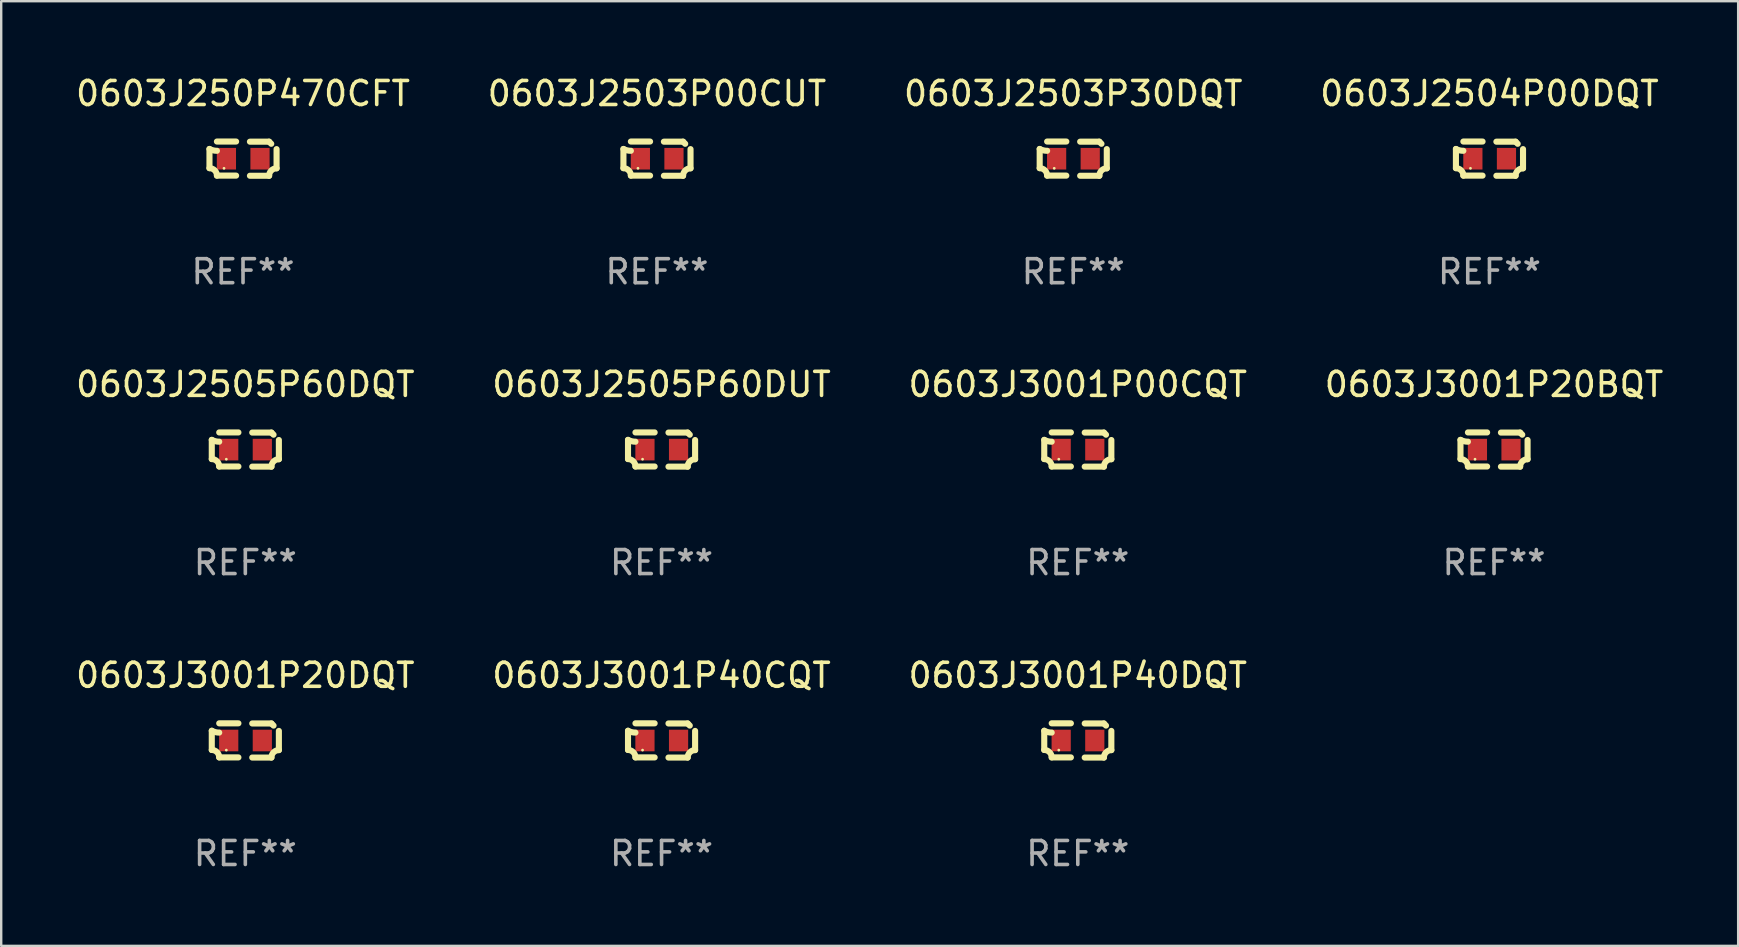
<source format=kicad_pcb>
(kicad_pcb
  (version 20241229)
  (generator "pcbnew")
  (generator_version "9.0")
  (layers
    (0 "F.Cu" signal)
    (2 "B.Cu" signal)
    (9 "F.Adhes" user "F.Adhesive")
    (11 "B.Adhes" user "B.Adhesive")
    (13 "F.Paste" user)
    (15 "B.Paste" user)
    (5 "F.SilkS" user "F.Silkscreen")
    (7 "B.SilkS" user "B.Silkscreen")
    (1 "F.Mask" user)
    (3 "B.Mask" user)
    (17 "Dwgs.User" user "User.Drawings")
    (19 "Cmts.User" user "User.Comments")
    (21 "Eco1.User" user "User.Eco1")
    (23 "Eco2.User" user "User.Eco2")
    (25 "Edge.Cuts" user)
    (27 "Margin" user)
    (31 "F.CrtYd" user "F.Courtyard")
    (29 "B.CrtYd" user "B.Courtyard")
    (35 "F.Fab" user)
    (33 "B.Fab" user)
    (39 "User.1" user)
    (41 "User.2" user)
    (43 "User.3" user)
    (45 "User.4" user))
  (footprint "0603J3001P40DQT"
    (layer "F.Cu")
    (at 41.863 27.805)
    (property "Reference" "0603J3001P40DQT" (at 0 -2.713 0) (layer "F.SilkS") (effects (font (size 1 1) (thickness 0.15))))
    (attr through_hole)
    (fp_line (start -1.398 -0.403) (end -1.398 0.397) (stroke (width 0.254) (type solid)) (layer "F.SilkS"))
    (fp_line (start -0.288 -0.713) (end -1.088 -0.713) (stroke (width 0.254) (type solid)) (layer "F.SilkS"))
    (fp_line (start -0.288 0.707) (end -1.088 0.707) (stroke (width 0.254) (type solid)) (layer "F.SilkS"))
    (fp_line (start 0.288 -0.707) (end 1.088 -0.707) (stroke (width 0.254) (type solid)) (layer "F.SilkS"))
    (fp_line (start 0.288 0.713) (end 1.088 0.713) (stroke (width 0.254) (type solid)) (layer "F.SilkS"))
    (fp_line (start 1.398 -0.397) (end 1.398 0.403) (stroke (width 0.254) (type solid)) (layer "F.SilkS"))
    (fp_arc (start -1.397789 0.397066) (mid -1.178701 0.487826) (end -1.08796 0.706922) (stroke (width 0.254001) (type solid)) (layer "F.SilkS"))
    (fp_arc (start -1.08796 -0.327176) (mid -1.247436 -0.346384) (end -1.39779 -0.402908) (stroke (width 0.254001) (type solid)) (layer "F.SilkS"))
    (fp_arc (start 1.087909 0.712738) (mid 1.178656 0.493655) (end 1.397739 0.402908) (stroke (width 0.254001) (type solid)) (layer "F.SilkS"))
    (fp_arc (start 1.175925 -0.618926) (mid 1.131917 -0.662923) (end 1.08791 -0.706922) (stroke (width 0.254001) (type solid)) (layer "F.SilkS"))
    (fp_circle (center -0.792 0.403) (end -0.762 0.403) (stroke (width 0.06) (type solid)) (fill no) (layer "F.SilkS"))
    (fp_text user "REF**" (at 0 4.713 0) (layer "F.Fab") (effects (font (size 1 1) (thickness 0.15))))
    (pad "1" smd rect (at -0.692 0.003) (size 0.8 0.9) (layers "F.Cu" "F.Mask" "F.Paste"))
    (pad "2" smd rect (at 0.708 0.003) (size 0.8 0.9) (layers "F.Cu" "F.Mask" "F.Paste")))
  (footprint "0603J2505P60DUT"
    (layer "F.Cu")
    (at 24.518 15.683)
    (property "Reference" "0603J2505P60DUT" (at 0 -2.713 0) (layer "F.SilkS") (effects (font (size 1 1) (thickness 0.15))))
    (attr through_hole)
    (fp_line (start -1.398 -0.403) (end -1.398 0.397) (stroke (width 0.254) (type solid)) (layer "F.SilkS"))
    (fp_line (start -0.288 -0.713) (end -1.088 -0.713) (stroke (width 0.254) (type solid)) (layer "F.SilkS"))
    (fp_line (start -0.288 0.707) (end -1.088 0.707) (stroke (width 0.254) (type solid)) (layer "F.SilkS"))
    (fp_line (start 0.288 -0.707) (end 1.088 -0.707) (stroke (width 0.254) (type solid)) (layer "F.SilkS"))
    (fp_line (start 0.288 0.713) (end 1.088 0.713) (stroke (width 0.254) (type solid)) (layer "F.SilkS"))
    (fp_line (start 1.398 -0.397) (end 1.398 0.403) (stroke (width 0.254) (type solid)) (layer "F.SilkS"))
    (fp_arc (start -1.397789 0.397066) (mid -1.178701 0.487826) (end -1.08796 0.706922) (stroke (width 0.254001) (type solid)) (layer "F.SilkS"))
    (fp_arc (start -1.08796 -0.327176) (mid -1.247436 -0.346384) (end -1.39779 -0.402908) (stroke (width 0.254001) (type solid)) (layer "F.SilkS"))
    (fp_arc (start 1.087909 0.712738) (mid 1.178656 0.493655) (end 1.397739 0.402908) (stroke (width 0.254001) (type solid)) (layer "F.SilkS"))
    (fp_arc (start 1.175925 -0.618926) (mid 1.131917 -0.662923) (end 1.08791 -0.706922) (stroke (width 0.254001) (type solid)) (layer "F.SilkS"))
    (fp_circle (center -0.792 0.403) (end -0.762 0.403) (stroke (width 0.06) (type solid)) (fill no) (layer "F.SilkS"))
    (fp_text user "REF**" (at 0 4.713 0) (layer "F.Fab") (effects (font (size 1 1) (thickness 0.15))))
    (pad "1" smd rect (at -0.692 0.003) (size 0.8 0.9) (layers "F.Cu" "F.Mask" "F.Paste"))
    (pad "2" smd rect (at 0.708 0.003) (size 0.8 0.9) (layers "F.Cu" "F.Mask" "F.Paste")))
  (footprint "0603J3001P20BQT"
    (layer "F.Cu")
    (at 59.208 15.683)
    (property "Reference" "0603J3001P20BQT" (at 0 -2.713 0) (layer "F.SilkS") (effects (font (size 1 1) (thickness 0.15))))
    (attr through_hole)
    (fp_line (start -1.398 -0.403) (end -1.398 0.397) (stroke (width 0.254) (type solid)) (layer "F.SilkS"))
    (fp_line (start -0.288 -0.713) (end -1.088 -0.713) (stroke (width 0.254) (type solid)) (layer "F.SilkS"))
    (fp_line (start -0.288 0.707) (end -1.088 0.707) (stroke (width 0.254) (type solid)) (layer "F.SilkS"))
    (fp_line (start 0.288 -0.707) (end 1.088 -0.707) (stroke (width 0.254) (type solid)) (layer "F.SilkS"))
    (fp_line (start 0.288 0.713) (end 1.088 0.713) (stroke (width 0.254) (type solid)) (layer "F.SilkS"))
    (fp_line (start 1.398 -0.397) (end 1.398 0.403) (stroke (width 0.254) (type solid)) (layer "F.SilkS"))
    (fp_arc (start -1.397789 0.397066) (mid -1.178701 0.487826) (end -1.08796 0.706922) (stroke (width 0.254001) (type solid)) (layer "F.SilkS"))
    (fp_arc (start -1.08796 -0.327176) (mid -1.247436 -0.346384) (end -1.39779 -0.402908) (stroke (width 0.254001) (type solid)) (layer "F.SilkS"))
    (fp_arc (start 1.087909 0.712738) (mid 1.178656 0.493655) (end 1.397739 0.402908) (stroke (width 0.254001) (type solid)) (layer "F.SilkS"))
    (fp_arc (start 1.175925 -0.618926) (mid 1.131917 -0.662923) (end 1.08791 -0.706922) (stroke (width 0.254001) (type solid)) (layer "F.SilkS"))
    (fp_circle (center -0.792 0.403) (end -0.762 0.403) (stroke (width 0.06) (type solid)) (fill no) (layer "F.SilkS"))
    (fp_text user "REF**" (at 0 4.713 0) (layer "F.Fab") (effects (font (size 1 1) (thickness 0.15))))
    (pad "1" smd rect (at -0.692 0.003) (size 0.8 0.9) (layers "F.Cu" "F.Mask" "F.Paste"))
    (pad "2" smd rect (at 0.708 0.003) (size 0.8 0.9) (layers "F.Cu" "F.Mask" "F.Paste")))
  (footprint "0603J3001P00CQT"
    (layer "F.Cu")
    (at 41.863 15.683)
    (property "Reference" "0603J3001P00CQT" (at 0 -2.713 0) (layer "F.SilkS") (effects (font (size 1 1) (thickness 0.15))))
    (attr through_hole)
    (fp_line (start -1.398 -0.403) (end -1.398 0.397) (stroke (width 0.254) (type solid)) (layer "F.SilkS"))
    (fp_line (start -0.288 -0.713) (end -1.088 -0.713) (stroke (width 0.254) (type solid)) (layer "F.SilkS"))
    (fp_line (start -0.288 0.707) (end -1.088 0.707) (stroke (width 0.254) (type solid)) (layer "F.SilkS"))
    (fp_line (start 0.288 -0.707) (end 1.088 -0.707) (stroke (width 0.254) (type solid)) (layer "F.SilkS"))
    (fp_line (start 0.288 0.713) (end 1.088 0.713) (stroke (width 0.254) (type solid)) (layer "F.SilkS"))
    (fp_line (start 1.398 -0.397) (end 1.398 0.403) (stroke (width 0.254) (type solid)) (layer "F.SilkS"))
    (fp_arc (start -1.397789 0.397066) (mid -1.178701 0.487826) (end -1.08796 0.706922) (stroke (width 0.254001) (type solid)) (layer "F.SilkS"))
    (fp_arc (start -1.08796 -0.327176) (mid -1.247436 -0.346384) (end -1.39779 -0.402908) (stroke (width 0.254001) (type solid)) (layer "F.SilkS"))
    (fp_arc (start 1.087909 0.712738) (mid 1.178656 0.493655) (end 1.397739 0.402908) (stroke (width 0.254001) (type solid)) (layer "F.SilkS"))
    (fp_arc (start 1.175925 -0.618926) (mid 1.131917 -0.662923) (end 1.08791 -0.706922) (stroke (width 0.254001) (type solid)) (layer "F.SilkS"))
    (fp_circle (center -0.792 0.403) (end -0.762 0.403) (stroke (width 0.06) (type solid)) (fill no) (layer "F.SilkS"))
    (fp_text user "REF**" (at 0 4.713 0) (layer "F.Fab") (effects (font (size 1 1) (thickness 0.15))))
    (pad "1" smd rect (at -0.692 0.003) (size 0.8 0.9) (layers "F.Cu" "F.Mask" "F.Paste"))
    (pad "2" smd rect (at 0.708 0.003) (size 0.8 0.9) (layers "F.Cu" "F.Mask" "F.Paste")))
  (footprint "0603J3001P40CQT"
    (layer "F.Cu")
    (at 24.518 27.805)
    (property "Reference" "0603J3001P40CQT" (at 0 -2.713 0) (layer "F.SilkS") (effects (font (size 1 1) (thickness 0.15))))
    (attr through_hole)
    (fp_line (start -1.398 -0.403) (end -1.398 0.397) (stroke (width 0.254) (type solid)) (layer "F.SilkS"))
    (fp_line (start -0.288 -0.713) (end -1.088 -0.713) (stroke (width 0.254) (type solid)) (layer "F.SilkS"))
    (fp_line (start -0.288 0.707) (end -1.088 0.707) (stroke (width 0.254) (type solid)) (layer "F.SilkS"))
    (fp_line (start 0.288 -0.707) (end 1.088 -0.707) (stroke (width 0.254) (type solid)) (layer "F.SilkS"))
    (fp_line (start 0.288 0.713) (end 1.088 0.713) (stroke (width 0.254) (type solid)) (layer "F.SilkS"))
    (fp_line (start 1.398 -0.397) (end 1.398 0.403) (stroke (width 0.254) (type solid)) (layer "F.SilkS"))
    (fp_arc (start -1.397789 0.397066) (mid -1.178701 0.487826) (end -1.08796 0.706922) (stroke (width 0.254001) (type solid)) (layer "F.SilkS"))
    (fp_arc (start -1.08796 -0.327176) (mid -1.247436 -0.346384) (end -1.39779 -0.402908) (stroke (width 0.254001) (type solid)) (layer "F.SilkS"))
    (fp_arc (start 1.087909 0.712738) (mid 1.178656 0.493655) (end 1.397739 0.402908) (stroke (width 0.254001) (type solid)) (layer "F.SilkS"))
    (fp_arc (start 1.175925 -0.618926) (mid 1.131917 -0.662923) (end 1.08791 -0.706922) (stroke (width 0.254001) (type solid)) (layer "F.SilkS"))
    (fp_circle (center -0.792 0.403) (end -0.762 0.403) (stroke (width 0.06) (type solid)) (fill no) (layer "F.SilkS"))
    (fp_text user "REF**" (at 0 4.713 0) (layer "F.Fab") (effects (font (size 1 1) (thickness 0.15))))
    (pad "1" smd rect (at -0.692 0.003) (size 0.8 0.9) (layers "F.Cu" "F.Mask" "F.Paste"))
    (pad "2" smd rect (at 0.708 0.003) (size 0.8 0.9) (layers "F.Cu" "F.Mask" "F.Paste")))
  (footprint "0603J2504P00DQT"
    (layer "F.Cu")
    (at 59.018 3.561)
    (property "Reference" "0603J2504P00DQT" (at 0 -2.713 0) (layer "F.SilkS") (effects (font (size 1 1) (thickness 0.15))))
    (attr through_hole)
    (fp_line (start -1.398 -0.403) (end -1.398 0.397) (stroke (width 0.254) (type solid)) (layer "F.SilkS"))
    (fp_line (start -0.288 -0.713) (end -1.088 -0.713) (stroke (width 0.254) (type solid)) (layer "F.SilkS"))
    (fp_line (start -0.288 0.707) (end -1.088 0.707) (stroke (width 0.254) (type solid)) (layer "F.SilkS"))
    (fp_line (start 0.288 -0.707) (end 1.088 -0.707) (stroke (width 0.254) (type solid)) (layer "F.SilkS"))
    (fp_line (start 0.288 0.713) (end 1.088 0.713) (stroke (width 0.254) (type solid)) (layer "F.SilkS"))
    (fp_line (start 1.398 -0.397) (end 1.398 0.403) (stroke (width 0.254) (type solid)) (layer "F.SilkS"))
    (fp_arc (start -1.397789 0.397066) (mid -1.178701 0.487826) (end -1.08796 0.706922) (stroke (width 0.254001) (type solid)) (layer "F.SilkS"))
    (fp_arc (start -1.08796 -0.327176) (mid -1.247436 -0.346384) (end -1.39779 -0.402908) (stroke (width 0.254001) (type solid)) (layer "F.SilkS"))
    (fp_arc (start 1.087909 0.712738) (mid 1.178656 0.493655) (end 1.397739 0.402908) (stroke (width 0.254001) (type solid)) (layer "F.SilkS"))
    (fp_arc (start 1.175925 -0.618926) (mid 1.131917 -0.662923) (end 1.08791 -0.706922) (stroke (width 0.254001) (type solid)) (layer "F.SilkS"))
    (fp_circle (center -0.792 0.403) (end -0.762 0.403) (stroke (width 0.06) (type solid)) (fill no) (layer "F.SilkS"))
    (fp_text user "REF**" (at 0 4.713 0) (layer "F.Fab") (effects (font (size 1 1) (thickness 0.15))))
    (pad "1" smd rect (at -0.692 0.003) (size 0.8 0.9) (layers "F.Cu" "F.Mask" "F.Paste"))
    (pad "2" smd rect (at 0.708 0.003) (size 0.8 0.9) (layers "F.Cu" "F.Mask" "F.Paste")))
  (footprint "0603J2503P30DQT"
    (layer "F.Cu")
    (at 41.673 3.561)
    (property "Reference" "0603J2503P30DQT" (at 0 -2.713 0) (layer "F.SilkS") (effects (font (size 1 1) (thickness 0.15))))
    (attr through_hole)
    (fp_line (start -1.398 -0.403) (end -1.398 0.397) (stroke (width 0.254) (type solid)) (layer "F.SilkS"))
    (fp_line (start -0.288 -0.713) (end -1.088 -0.713) (stroke (width 0.254) (type solid)) (layer "F.SilkS"))
    (fp_line (start -0.288 0.707) (end -1.088 0.707) (stroke (width 0.254) (type solid)) (layer "F.SilkS"))
    (fp_line (start 0.288 -0.707) (end 1.088 -0.707) (stroke (width 0.254) (type solid)) (layer "F.SilkS"))
    (fp_line (start 0.288 0.713) (end 1.088 0.713) (stroke (width 0.254) (type solid)) (layer "F.SilkS"))
    (fp_line (start 1.398 -0.397) (end 1.398 0.403) (stroke (width 0.254) (type solid)) (layer "F.SilkS"))
    (fp_arc (start -1.397789 0.397066) (mid -1.178701 0.487826) (end -1.08796 0.706922) (stroke (width 0.254001) (type solid)) (layer "F.SilkS"))
    (fp_arc (start -1.08796 -0.327176) (mid -1.247436 -0.346384) (end -1.39779 -0.402908) (stroke (width 0.254001) (type solid)) (layer "F.SilkS"))
    (fp_arc (start 1.087909 0.712738) (mid 1.178656 0.493655) (end 1.397739 0.402908) (stroke (width 0.254001) (type solid)) (layer "F.SilkS"))
    (fp_arc (start 1.175925 -0.618926) (mid 1.131917 -0.662923) (end 1.08791 -0.706922) (stroke (width 0.254001) (type solid)) (layer "F.SilkS"))
    (fp_circle (center -0.792 0.403) (end -0.762 0.403) (stroke (width 0.06) (type solid)) (fill no) (layer "F.SilkS"))
    (fp_text user "REF**" (at 0 4.713 0) (layer "F.Fab") (effects (font (size 1 1) (thickness 0.15))))
    (pad "1" smd rect (at -0.692 0.003) (size 0.8 0.9) (layers "F.Cu" "F.Mask" "F.Paste"))
    (pad "2" smd rect (at 0.708 0.003) (size 0.8 0.9) (layers "F.Cu" "F.Mask" "F.Paste")))
  (footprint "0603J250P470CFT"
    (layer "F.Cu")
    (at 7.077 3.561)
    (property "Reference" "0603J250P470CFT" (at 0 -2.713 0) (layer "F.SilkS") (effects (font (size 1 1) (thickness 0.15))))
    (attr through_hole)
    (fp_line (start -1.398 -0.403) (end -1.398 0.397) (stroke (width 0.254) (type solid)) (layer "F.SilkS"))
    (fp_line (start -0.288 -0.713) (end -1.088 -0.713) (stroke (width 0.254) (type solid)) (layer "F.SilkS"))
    (fp_line (start -0.288 0.707) (end -1.088 0.707) (stroke (width 0.254) (type solid)) (layer "F.SilkS"))
    (fp_line (start 0.288 -0.707) (end 1.088 -0.707) (stroke (width 0.254) (type solid)) (layer "F.SilkS"))
    (fp_line (start 0.288 0.713) (end 1.088 0.713) (stroke (width 0.254) (type solid)) (layer "F.SilkS"))
    (fp_line (start 1.398 -0.397) (end 1.398 0.403) (stroke (width 0.254) (type solid)) (layer "F.SilkS"))
    (fp_arc (start -1.397789 0.397066) (mid -1.178701 0.487826) (end -1.08796 0.706922) (stroke (width 0.254001) (type solid)) (layer "F.SilkS"))
    (fp_arc (start -1.08796 -0.327176) (mid -1.247436 -0.346384) (end -1.39779 -0.402908) (stroke (width 0.254001) (type solid)) (layer "F.SilkS"))
    (fp_arc (start 1.087909 0.712738) (mid 1.178656 0.493655) (end 1.397739 0.402908) (stroke (width 0.254001) (type solid)) (layer "F.SilkS"))
    (fp_arc (start 1.175925 -0.618926) (mid 1.131917 -0.662923) (end 1.08791 -0.706922) (stroke (width 0.254001) (type solid)) (layer "F.SilkS"))
    (fp_circle (center -0.792 0.403) (end -0.762 0.403) (stroke (width 0.06) (type solid)) (fill no) (layer "F.SilkS"))
    (fp_text user "REF**" (at 0 4.713 0) (layer "F.Fab") (effects (font (size 1 1) (thickness 0.15))))
    (pad "1" smd rect (at -0.692 0.003) (size 0.8 0.9) (layers "F.Cu" "F.Mask" "F.Paste"))
    (pad "2" smd rect (at 0.708 0.003) (size 0.8 0.9) (layers "F.Cu" "F.Mask" "F.Paste")))
  (footprint "0603J3001P20DQT"
    (layer "F.Cu")
    (at 7.173 27.805)
    (property "Reference" "0603J3001P20DQT" (at 0 -2.713 0) (layer "F.SilkS") (effects (font (size 1 1) (thickness 0.15))))
    (attr through_hole)
    (fp_line (start -1.398 -0.403) (end -1.398 0.397) (stroke (width 0.254) (type solid)) (layer "F.SilkS"))
    (fp_line (start -0.288 -0.713) (end -1.088 -0.713) (stroke (width 0.254) (type solid)) (layer "F.SilkS"))
    (fp_line (start -0.288 0.707) (end -1.088 0.707) (stroke (width 0.254) (type solid)) (layer "F.SilkS"))
    (fp_line (start 0.288 -0.707) (end 1.088 -0.707) (stroke (width 0.254) (type solid)) (layer "F.SilkS"))
    (fp_line (start 0.288 0.713) (end 1.088 0.713) (stroke (width 0.254) (type solid)) (layer "F.SilkS"))
    (fp_line (start 1.398 -0.397) (end 1.398 0.403) (stroke (width 0.254) (type solid)) (layer "F.SilkS"))
    (fp_arc (start -1.397789 0.397066) (mid -1.178701 0.487826) (end -1.08796 0.706922) (stroke (width 0.254001) (type solid)) (layer "F.SilkS"))
    (fp_arc (start -1.08796 -0.327176) (mid -1.247436 -0.346384) (end -1.39779 -0.402908) (stroke (width 0.254001) (type solid)) (layer "F.SilkS"))
    (fp_arc (start 1.087909 0.712738) (mid 1.178656 0.493655) (end 1.397739 0.402908) (stroke (width 0.254001) (type solid)) (layer "F.SilkS"))
    (fp_arc (start 1.175925 -0.618926) (mid 1.131917 -0.662923) (end 1.08791 -0.706922) (stroke (width 0.254001) (type solid)) (layer "F.SilkS"))
    (fp_circle (center -0.792 0.403) (end -0.762 0.403) (stroke (width 0.06) (type solid)) (fill no) (layer "F.SilkS"))
    (fp_text user "REF**" (at 0 4.713 0) (layer "F.Fab") (effects (font (size 1 1) (thickness 0.15))))
    (pad "1" smd rect (at -0.692 0.003) (size 0.8 0.9) (layers "F.Cu" "F.Mask" "F.Paste"))
    (pad "2" smd rect (at 0.708 0.003) (size 0.8 0.9) (layers "F.Cu" "F.Mask" "F.Paste")))
  (footprint "0603J2505P60DQT"
    (layer "F.Cu")
    (at 7.173 15.683)
    (property "Reference" "0603J2505P60DQT" (at 0 -2.713 0) (layer "F.SilkS") (effects (font (size 1 1) (thickness 0.15))))
    (attr through_hole)
    (fp_line (start -1.398 -0.403) (end -1.398 0.397) (stroke (width 0.254) (type solid)) (layer "F.SilkS"))
    (fp_line (start -0.288 -0.713) (end -1.088 -0.713) (stroke (width 0.254) (type solid)) (layer "F.SilkS"))
    (fp_line (start -0.288 0.707) (end -1.088 0.707) (stroke (width 0.254) (type solid)) (layer "F.SilkS"))
    (fp_line (start 0.288 -0.707) (end 1.088 -0.707) (stroke (width 0.254) (type solid)) (layer "F.SilkS"))
    (fp_line (start 0.288 0.713) (end 1.088 0.713) (stroke (width 0.254) (type solid)) (layer "F.SilkS"))
    (fp_line (start 1.398 -0.397) (end 1.398 0.403) (stroke (width 0.254) (type solid)) (layer "F.SilkS"))
    (fp_arc (start -1.397789 0.397066) (mid -1.178701 0.487826) (end -1.08796 0.706922) (stroke (width 0.254001) (type solid)) (layer "F.SilkS"))
    (fp_arc (start -1.08796 -0.327176) (mid -1.247436 -0.346384) (end -1.39779 -0.402908) (stroke (width 0.254001) (type solid)) (layer "F.SilkS"))
    (fp_arc (start 1.087909 0.712738) (mid 1.178656 0.493655) (end 1.397739 0.402908) (stroke (width 0.254001) (type solid)) (layer "F.SilkS"))
    (fp_arc (start 1.175925 -0.618926) (mid 1.131917 -0.662923) (end 1.08791 -0.706922) (stroke (width 0.254001) (type solid)) (layer "F.SilkS"))
    (fp_circle (center -0.792 0.403) (end -0.762 0.403) (stroke (width 0.06) (type solid)) (fill no) (layer "F.SilkS"))
    (fp_text user "REF**" (at 0 4.713 0) (layer "F.Fab") (effects (font (size 1 1) (thickness 0.15))))
    (pad "1" smd rect (at -0.692 0.003) (size 0.8 0.9) (layers "F.Cu" "F.Mask" "F.Paste"))
    (pad "2" smd rect (at 0.708 0.003) (size 0.8 0.9) (layers "F.Cu" "F.Mask" "F.Paste")))
  (footprint "0603J2503P00CUT"
    (layer "F.Cu")
    (at 24.327 3.561)
    (property "Reference" "0603J2503P00CUT" (at 0 -2.713 0) (layer "F.SilkS") (effects (font (size 1 1) (thickness 0.15))))
    (attr through_hole)
    (fp_line (start -1.398 -0.403) (end -1.398 0.397) (stroke (width 0.254) (type solid)) (layer "F.SilkS"))
    (fp_line (start -0.288 -0.713) (end -1.088 -0.713) (stroke (width 0.254) (type solid)) (layer "F.SilkS"))
    (fp_line (start -0.288 0.707) (end -1.088 0.707) (stroke (width 0.254) (type solid)) (layer "F.SilkS"))
    (fp_line (start 0.288 -0.707) (end 1.088 -0.707) (stroke (width 0.254) (type solid)) (layer "F.SilkS"))
    (fp_line (start 0.288 0.713) (end 1.088 0.713) (stroke (width 0.254) (type solid)) (layer "F.SilkS"))
    (fp_line (start 1.398 -0.397) (end 1.398 0.403) (stroke (width 0.254) (type solid)) (layer "F.SilkS"))
    (fp_arc (start -1.397789 0.397066) (mid -1.178701 0.487826) (end -1.08796 0.706922) (stroke (width 0.254001) (type solid)) (layer "F.SilkS"))
    (fp_arc (start -1.08796 -0.327176) (mid -1.247436 -0.346384) (end -1.39779 -0.402908) (stroke (width 0.254001) (type solid)) (layer "F.SilkS"))
    (fp_arc (start 1.087909 0.712738) (mid 1.178656 0.493655) (end 1.397739 0.402908) (stroke (width 0.254001) (type solid)) (layer "F.SilkS"))
    (fp_arc (start 1.175925 -0.618926) (mid 1.131917 -0.662923) (end 1.08791 -0.706922) (stroke (width 0.254001) (type solid)) (layer "F.SilkS"))
    (fp_circle (center -0.792 0.403) (end -0.762 0.403) (stroke (width 0.06) (type solid)) (fill no) (layer "F.SilkS"))
    (fp_text user "REF**" (at 0 4.713 0) (layer "F.Fab") (effects (font (size 1 1) (thickness 0.15))))
    (pad "1" smd rect (at -0.692 0.003) (size 0.8 0.9) (layers "F.Cu" "F.Mask" "F.Paste"))
    (pad "2" smd rect (at 0.708 0.003) (size 0.8 0.9) (layers "F.Cu" "F.Mask" "F.Paste")))
  (gr_rect
    (start -3 -3)
    (end 69.381 36.366)
    (stroke (width 0.1) (type default))
    (fill no)
    (layer "Edge.Cuts")))
</source>
